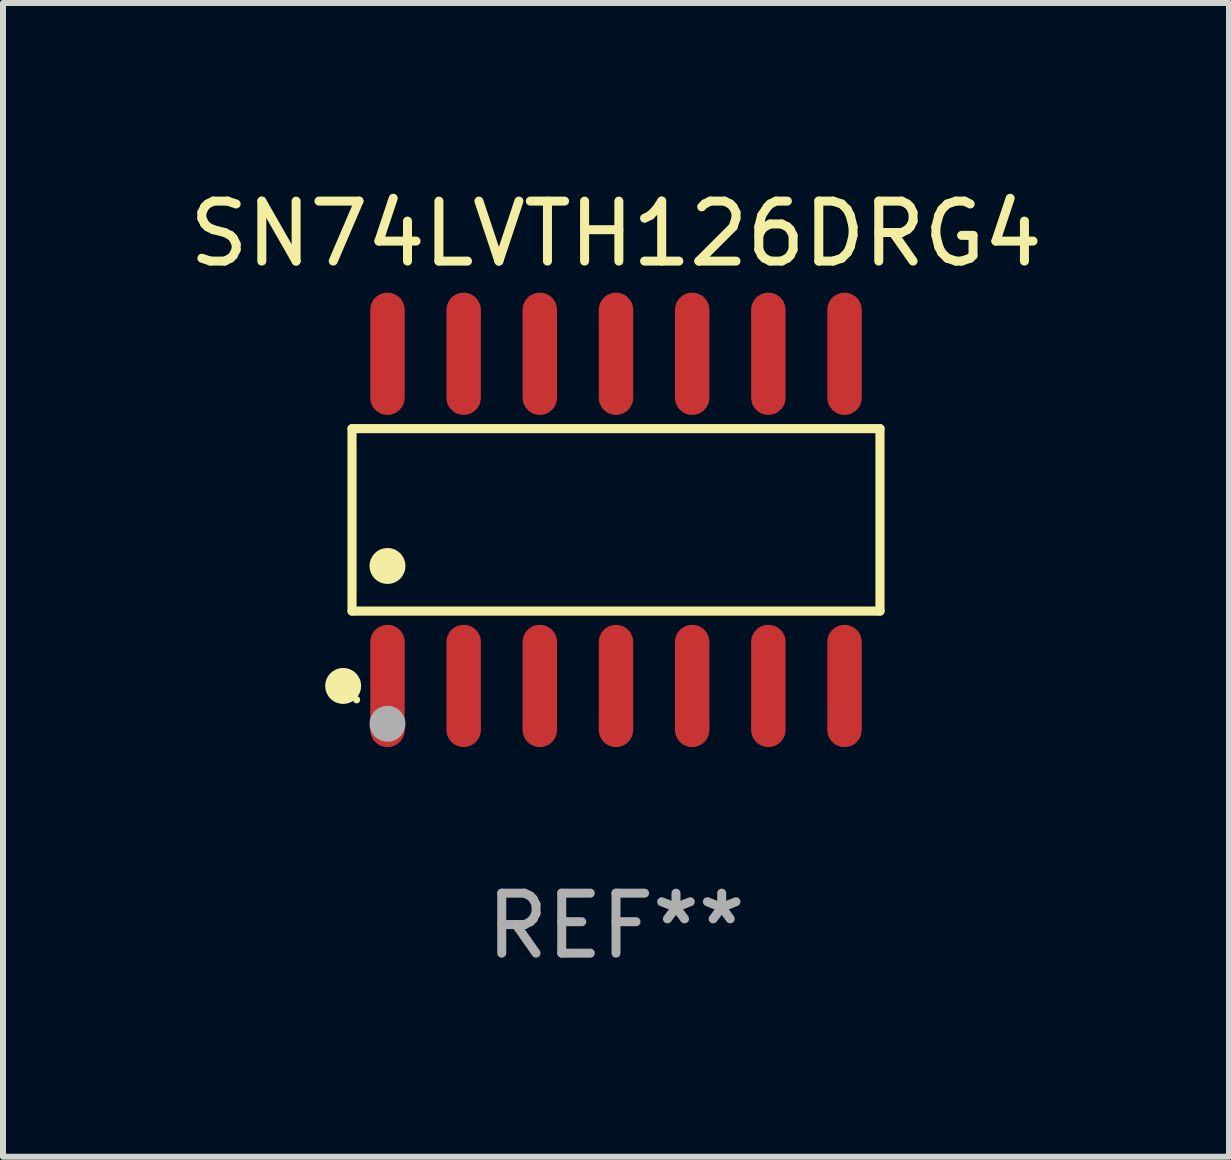
<source format=kicad_pcb>
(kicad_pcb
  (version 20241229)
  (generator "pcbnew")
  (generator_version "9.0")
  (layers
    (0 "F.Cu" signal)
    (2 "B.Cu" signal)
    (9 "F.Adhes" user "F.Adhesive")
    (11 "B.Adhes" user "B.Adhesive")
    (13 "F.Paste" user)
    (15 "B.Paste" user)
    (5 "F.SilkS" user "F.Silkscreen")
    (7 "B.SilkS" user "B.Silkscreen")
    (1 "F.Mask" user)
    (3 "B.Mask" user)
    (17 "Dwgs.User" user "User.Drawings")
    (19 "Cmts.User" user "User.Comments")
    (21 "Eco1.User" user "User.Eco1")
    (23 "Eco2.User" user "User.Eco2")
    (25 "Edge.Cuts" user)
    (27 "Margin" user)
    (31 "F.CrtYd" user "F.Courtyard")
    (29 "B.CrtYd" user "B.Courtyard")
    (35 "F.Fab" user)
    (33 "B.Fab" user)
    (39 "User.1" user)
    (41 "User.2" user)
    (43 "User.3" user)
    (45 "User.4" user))
  (footprint "SN74LVTH126DRG4"
    (layer "F.Cu")
    (at 7.22 5.617)
    (property "Reference" "SN74LVTH126DRG4" (at 0 -4.769 0) (layer "F.SilkS") (effects (font (size 1 1) (thickness 0.15))))
    (attr through_hole)
    (fp_line (start -4.401 -1.521) (end 4.401 -1.521) (stroke (width 0.152) (type solid)) (layer "F.SilkS"))
    (fp_line (start -4.401 1.521) (end -4.401 -1.521) (stroke (width 0.152) (type solid)) (layer "F.SilkS"))
    (fp_line (start 4.401 -1.521) (end 4.401 1.521) (stroke (width 0.152) (type solid)) (layer "F.SilkS"))
    (fp_line (start 4.401 1.521) (end -4.401 1.521) (stroke (width 0.152) (type solid)) (layer "F.SilkS"))
    (fp_circle (center -4.549 2.769) (end -4.399 2.769) (stroke (width 0.3) (type solid)) (fill no) (layer "F.SilkS"))
    (fp_circle (center -4.325 3) (end -4.295 3) (stroke (width 0.06) (type solid)) (fill no) (layer "F.SilkS"))
    (fp_circle (center -3.81 0.769) (end -3.66 0.769) (stroke (width 0.3) (type solid)) (fill no) (layer "F.SilkS"))
    (fp_circle (center -3.81 3.4) (end -3.66 3.4) (stroke (width 0.3) (type solid)) (fill no) (layer "F.Fab"))
    (fp_text user "REF**" (at 0 6.769 0) (layer "F.Fab") (effects (font (size 1 1) (thickness 0.15))))
    (pad "1" smd oval (at -3.81 2.769) (size 0.574 2.038) (layers "F.Cu" "F.Mask" "F.Paste"))
    (pad "2" smd oval (at -2.54 2.769) (size 0.574 2.038) (layers "F.Cu" "F.Mask" "F.Paste"))
    (pad "3" smd oval (at -1.27 2.769) (size 0.574 2.038) (layers "F.Cu" "F.Mask" "F.Paste"))
    (pad "4" smd oval (at 0 2.769) (size 0.574 2.038) (layers "F.Cu" "F.Mask" "F.Paste"))
    (pad "5" smd oval (at 1.27 2.769) (size 0.574 2.038) (layers "F.Cu" "F.Mask" "F.Paste"))
    (pad "6" smd oval (at 2.54 2.769) (size 0.574 2.038) (layers "F.Cu" "F.Mask" "F.Paste"))
    (pad "7" smd oval (at 3.81 2.769) (size 0.574 2.038) (layers "F.Cu" "F.Mask" "F.Paste"))
    (pad "8" smd oval (at 3.81 -2.769) (size 0.574 2.038) (layers "F.Cu" "F.Mask" "F.Paste"))
    (pad "9" smd oval (at 2.54 -2.769) (size 0.574 2.038) (layers "F.Cu" "F.Mask" "F.Paste"))
    (pad "10" smd oval (at 1.27 -2.769) (size 0.574 2.038) (layers "F.Cu" "F.Mask" "F.Paste"))
    (pad "11" smd oval (at 0 -2.769) (size 0.574 2.038) (layers "F.Cu" "F.Mask" "F.Paste"))
    (pad "12" smd oval (at -1.27 -2.769) (size 0.574 2.038) (layers "F.Cu" "F.Mask" "F.Paste"))
    (pad "13" smd oval (at -2.54 -2.769) (size 0.574 2.038) (layers "F.Cu" "F.Mask" "F.Paste"))
    (pad "14" smd oval (at -3.81 -2.769) (size 0.574 2.038) (layers "F.Cu" "F.Mask" "F.Paste")))
  (gr_rect
    (start -3 -3)
    (end 17.44 16.235)
    (stroke (width 0.1) (type default))
    (fill no)
    (layer "Edge.Cuts")))
</source>
